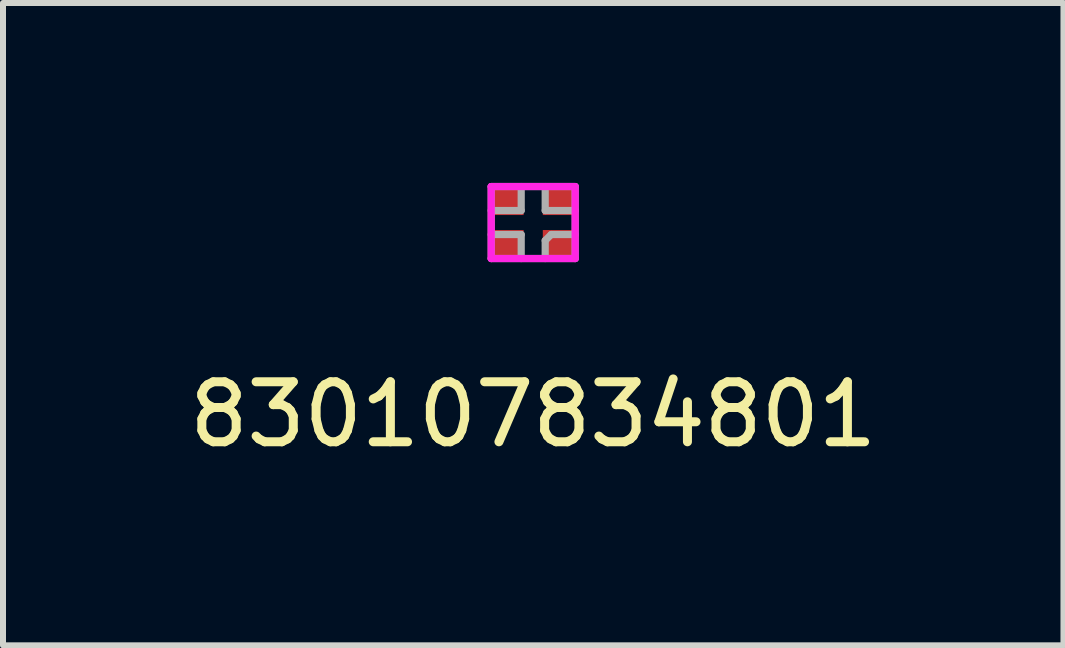
<source format=kicad_pcb>
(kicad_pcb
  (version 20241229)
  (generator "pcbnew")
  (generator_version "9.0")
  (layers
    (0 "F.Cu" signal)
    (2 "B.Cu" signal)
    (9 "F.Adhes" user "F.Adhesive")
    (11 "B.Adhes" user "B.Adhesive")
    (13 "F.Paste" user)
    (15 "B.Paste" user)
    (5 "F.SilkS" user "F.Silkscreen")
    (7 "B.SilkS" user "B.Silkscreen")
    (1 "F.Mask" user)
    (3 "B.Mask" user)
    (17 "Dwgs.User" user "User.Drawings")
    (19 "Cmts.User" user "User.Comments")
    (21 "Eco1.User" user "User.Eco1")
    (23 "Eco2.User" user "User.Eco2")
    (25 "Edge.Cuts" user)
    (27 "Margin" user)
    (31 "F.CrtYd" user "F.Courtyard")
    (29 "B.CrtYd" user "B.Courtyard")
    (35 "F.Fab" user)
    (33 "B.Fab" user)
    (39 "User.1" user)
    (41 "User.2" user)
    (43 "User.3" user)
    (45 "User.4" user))
  (footprint "830107834801"
    (layer "F.Cu")
    (at 5.839 0.66)
    (property "Reference" "830107834801" (at 0 3.2 0) (layer "F.SilkS") (effects (font (size 1 1) (thickness 0.15))))
    (attr through_hole)
    (fp_line (start -0.7 -0.6) (end -0.7 0.6) (stroke (width 0.12) (type solid)) (layer "F.CrtYd"))
    (fp_line (start -0.7 0.6) (end 0.7 0.6) (stroke (width 0.12) (type solid)) (layer "F.CrtYd"))
    (fp_line (start 0.7 -0.6) (end -0.7 -0.6) (stroke (width 0.12) (type solid)) (layer "F.CrtYd"))
    (fp_line (start 0.7 0.6) (end 0.7 -0.6) (stroke (width 0.12) (type solid)) (layer "F.CrtYd"))
    (fp_line (start -0.7 -0.6) (end -0.7 0.6) (stroke (width 0.12) (type solid)) (layer "F.Fab"))
    (fp_line (start -0.7 -0.2) (end -0.2 -0.2) (stroke (width 0.12) (type solid)) (layer "F.Fab"))
    (fp_line (start -0.7 0.6) (end 0.7 0.6) (stroke (width 0.12) (type solid)) (layer "F.Fab"))
    (fp_line (start -0.2 -0.2) (end -0.2 -0.6) (stroke (width 0.12) (type solid)) (layer "F.Fab"))
    (fp_line (start -0.2 0.2) (end -0.7 0.2) (stroke (width 0.12) (type solid)) (layer "F.Fab"))
    (fp_line (start -0.2 0.6) (end -0.2 0.2) (stroke (width 0.12) (type solid)) (layer "F.Fab"))
    (fp_line (start 0.2 -0.6) (end 0.2 -0.2) (stroke (width 0.12) (type solid)) (layer "F.Fab"))
    (fp_line (start 0.2 -0.2) (end 0.7 -0.2) (stroke (width 0.12) (type solid)) (layer "F.Fab"))
    (fp_line (start 0.2 0.3) (end 0.2 0.6) (stroke (width 0.12) (type solid)) (layer "F.Fab"))
    (fp_line (start 0.2 0.3) (end 0.3 0.2) (stroke (width 0.12) (type solid)) (layer "F.Fab"))
    (fp_line (start 0.3 0.2) (end 0.7 0.2) (stroke (width 0.12) (type solid)) (layer "F.Fab"))
    (fp_line (start 0.7 -0.6) (end -0.7 -0.6) (stroke (width 0.12) (type solid)) (layer "F.Fab"))
    (fp_line (start 0.7 0.6) (end 0.7 -0.6) (stroke (width 0.12) (type solid)) (layer "F.Fab"))
    (pad "1" smd rect (at 0.42 -0.35) (size 0.52 0.45) (layers "F.Cu" "F.Mask" "F.Paste"))
    (pad "2" smd rect (at -0.42 -0.35) (size 0.52 0.45) (layers "F.Cu" "F.Mask" "F.Paste"))
    (pad "3" smd rect (at -0.42 0.35) (size 0.52 0.45) (layers "F.Cu" "F.Mask" "F.Paste"))
    (pad "4" smd rect (at 0.42 0.35) (size 0.52 0.45) (layers "F.Cu" "F.Mask" "F.Paste")))
  (gr_rect
    (start -3 -3)
    (end 14.679 7.708)
    (stroke (width 0.1) (type default))
    (fill no)
    (layer "Edge.Cuts")))
</source>
